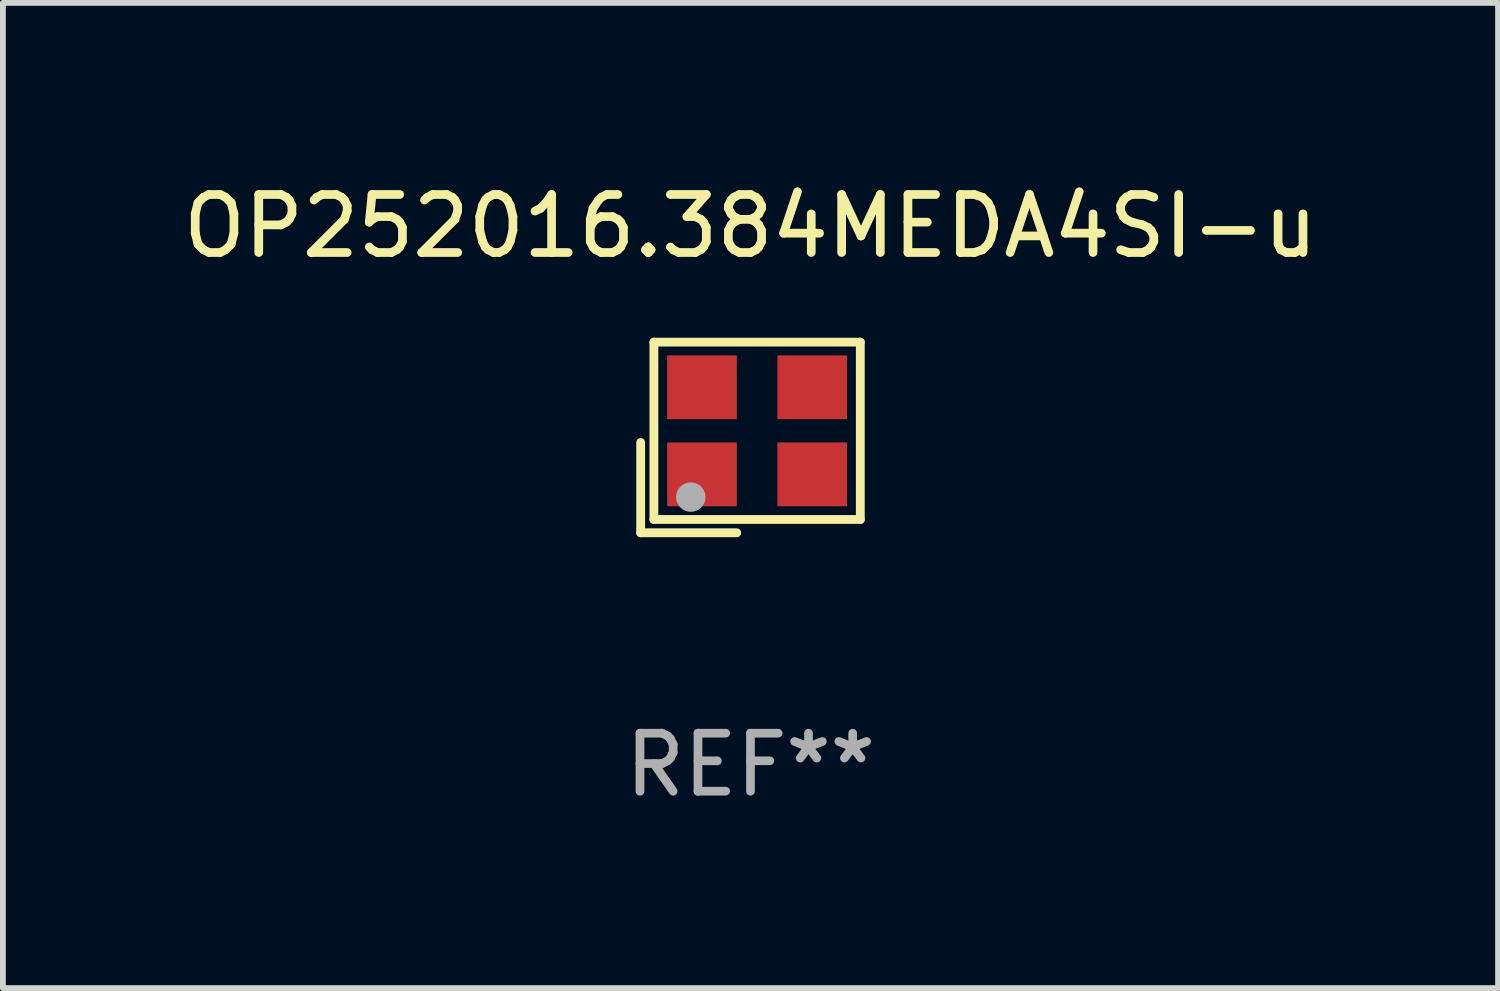
<source format=kicad_pcb>
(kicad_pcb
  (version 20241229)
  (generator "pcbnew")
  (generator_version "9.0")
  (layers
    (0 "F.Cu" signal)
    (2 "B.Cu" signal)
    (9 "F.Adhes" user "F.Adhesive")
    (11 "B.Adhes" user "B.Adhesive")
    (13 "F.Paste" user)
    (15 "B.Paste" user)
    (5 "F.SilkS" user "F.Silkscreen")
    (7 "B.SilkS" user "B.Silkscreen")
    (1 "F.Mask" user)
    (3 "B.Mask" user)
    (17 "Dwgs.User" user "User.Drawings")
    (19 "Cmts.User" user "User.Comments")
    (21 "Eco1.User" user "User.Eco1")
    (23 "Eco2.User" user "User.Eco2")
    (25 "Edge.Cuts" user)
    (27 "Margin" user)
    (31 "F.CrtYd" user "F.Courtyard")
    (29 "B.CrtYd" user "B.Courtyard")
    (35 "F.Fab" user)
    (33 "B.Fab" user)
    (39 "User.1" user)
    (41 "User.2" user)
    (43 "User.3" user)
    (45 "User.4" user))
  (footprint "OP252016.384MEDA4SI-u"
    (layer "F.Cu")
    (at 9.887 4.491)
    (property "Reference" "OP252016.384MEDA4SI-u" (at 0 -3.643 0) (layer "F.SilkS") (effects (font (size 1 1) (thickness 0.15))))
    (attr through_hole)
    (fp_line (start -1.893 0.086) (end -1.893 1.643) (stroke (width 0.152) (type solid)) (layer "F.SilkS"))
    (fp_line (start -1.893 1.643) (end -0.237 1.643) (stroke (width 0.152) (type solid)) (layer "F.SilkS"))
    (fp_line (start -1.665 -1.643) (end 1.893 -1.643) (stroke (width 0.152) (type solid)) (layer "F.SilkS"))
    (fp_line (start -1.665 1.414) (end -1.665 -1.643) (stroke (width 0.152) (type solid)) (layer "F.SilkS"))
    (fp_line (start 1.893 -1.643) (end 1.893 1.414) (stroke (width 0.152) (type solid)) (layer "F.SilkS"))
    (fp_line (start 1.893 1.414) (end -1.665 1.414) (stroke (width 0.152) (type solid)) (layer "F.SilkS"))
    (fp_circle (center -1.136 0.885) (end -1.106 0.885) (stroke (width 0.06) (type solid)) (fill no) (layer "F.SilkS"))
    (fp_circle (center -1.029 1.028) (end -0.902 1.028) (stroke (width 0.254) (type solid)) (fill no) (layer "F.Fab"))
    (fp_text user "REF**" (at 0 5.643 0) (layer "F.Fab") (effects (font (size 1 1) (thickness 0.15))))
    (pad "1" smd rect (at -0.836 0.636) (size 1.2 1.1) (layers "F.Cu" "F.Mask" "F.Paste"))
    (pad "2" smd rect (at 1.064 0.636) (size 1.2 1.1) (layers "F.Cu" "F.Mask" "F.Paste"))
    (pad "3" smd rect (at 1.064 -0.865) (size 1.2 1.1) (layers "F.Cu" "F.Mask" "F.Paste"))
    (pad "4" smd rect (at -0.836 -0.865) (size 1.2 1.1) (layers "F.Cu" "F.Mask" "F.Paste")))
  (gr_rect
    (start -3 -3)
    (end 22.774 13.983)
    (stroke (width 0.1) (type default))
    (fill no)
    (layer "Edge.Cuts")))
</source>
